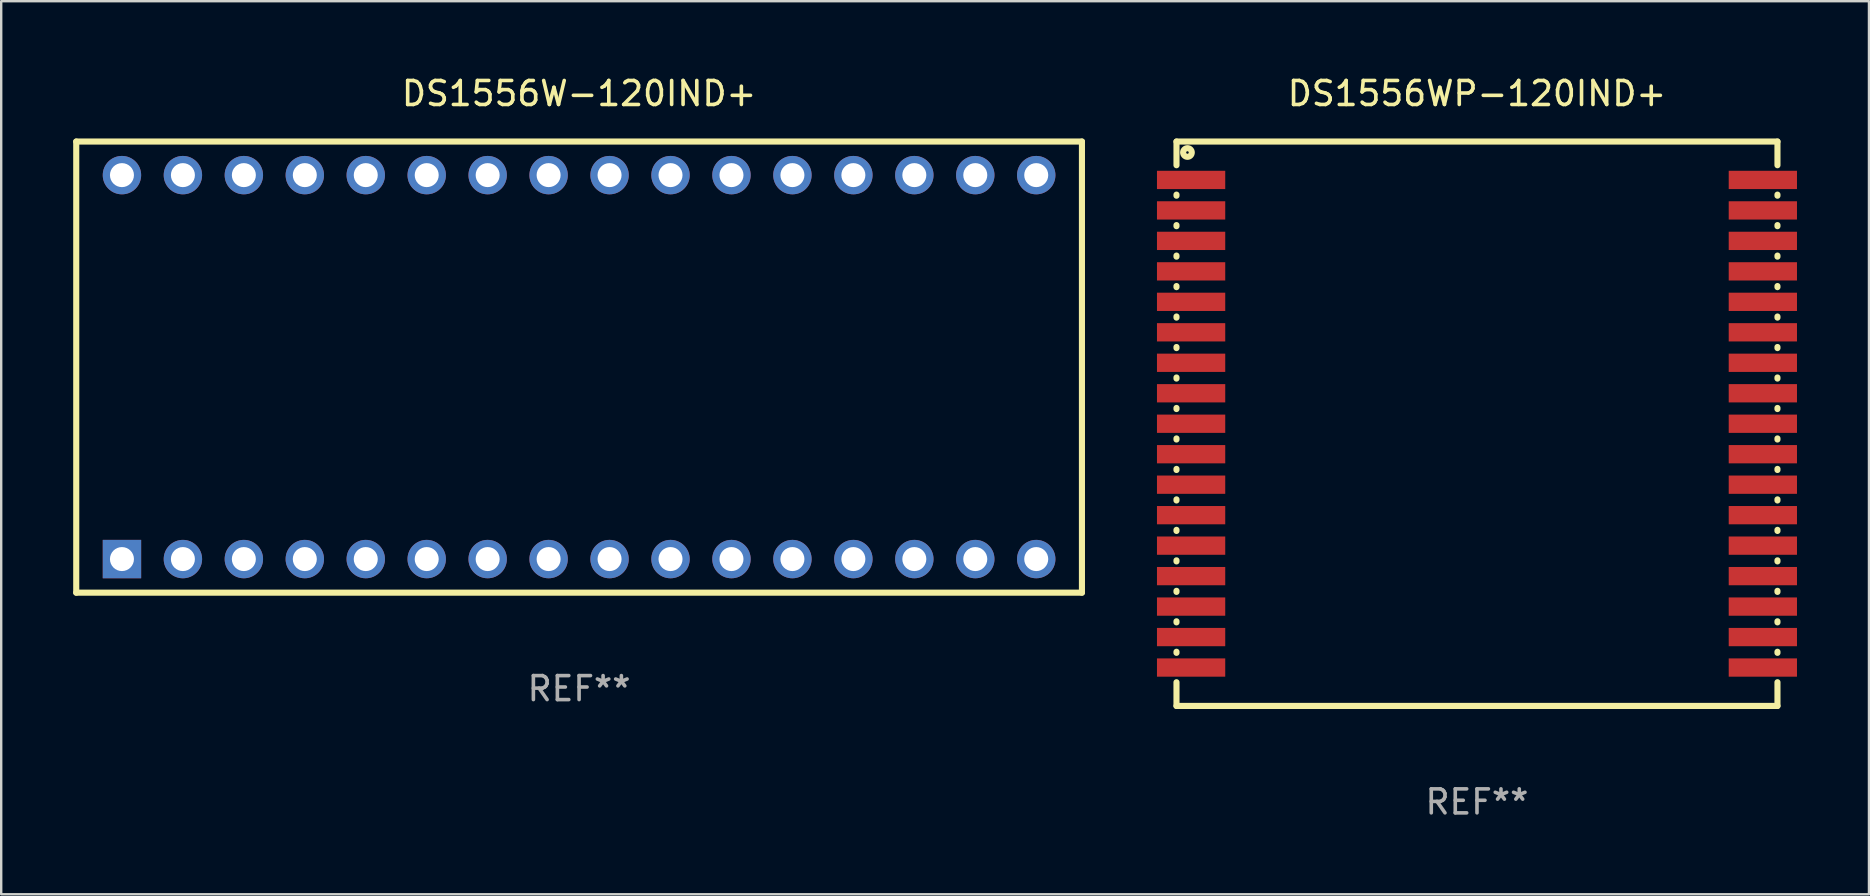
<source format=kicad_pcb>
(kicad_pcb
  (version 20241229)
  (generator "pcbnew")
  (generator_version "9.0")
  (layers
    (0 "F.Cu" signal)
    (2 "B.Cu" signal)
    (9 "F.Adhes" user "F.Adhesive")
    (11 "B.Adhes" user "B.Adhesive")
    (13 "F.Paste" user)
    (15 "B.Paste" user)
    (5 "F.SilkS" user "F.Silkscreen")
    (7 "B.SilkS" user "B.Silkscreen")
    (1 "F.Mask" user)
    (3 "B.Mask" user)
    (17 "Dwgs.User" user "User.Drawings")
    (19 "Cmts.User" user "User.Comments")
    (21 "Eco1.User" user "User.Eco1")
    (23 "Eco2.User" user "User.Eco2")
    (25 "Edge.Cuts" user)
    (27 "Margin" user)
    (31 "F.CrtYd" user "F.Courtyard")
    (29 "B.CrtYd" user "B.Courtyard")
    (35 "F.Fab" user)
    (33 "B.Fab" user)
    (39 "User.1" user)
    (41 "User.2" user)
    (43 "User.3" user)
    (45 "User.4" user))
  (footprint "DS1556WP-120IND+"
    (layer "F.Cu")
    (at 58.499 14.608)
    (property "Reference" "DS1556WP-120IND+" (at 0 -13.76 0) (layer "F.SilkS") (effects (font (size 1 1) (thickness 0.15))))
    (attr through_hole)
    (fp_line (start -12.522 -11.76) (end -12.522 -10.772) (stroke (width 0.254) (type solid)) (layer "F.SilkS"))
    (fp_line (start -12.522 -11.76) (end 12.522 -11.76) (stroke (width 0.254) (type solid)) (layer "F.SilkS"))
    (fp_line (start -12.522 -9.548) (end -12.522 -9.502) (stroke (width 0.254) (type solid)) (layer "F.SilkS"))
    (fp_line (start -12.522 -8.278) (end -12.522 -8.232) (stroke (width 0.254) (type solid)) (layer "F.SilkS"))
    (fp_line (start -12.522 -7.008) (end -12.522 -6.962) (stroke (width 0.254) (type solid)) (layer "F.SilkS"))
    (fp_line (start -12.522 -5.738) (end -12.522 -5.692) (stroke (width 0.254) (type solid)) (layer "F.SilkS"))
    (fp_line (start -12.522 -4.468) (end -12.522 -4.422) (stroke (width 0.254) (type solid)) (layer "F.SilkS"))
    (fp_line (start -12.522 -3.198) (end -12.522 -3.152) (stroke (width 0.254) (type solid)) (layer "F.SilkS"))
    (fp_line (start -12.522 -1.928) (end -12.522 -1.882) (stroke (width 0.254) (type solid)) (layer "F.SilkS"))
    (fp_line (start -12.522 -0.658) (end -12.522 -0.612) (stroke (width 0.254) (type solid)) (layer "F.SilkS"))
    (fp_line (start -12.522 0.612) (end -12.522 0.658) (stroke (width 0.254) (type solid)) (layer "F.SilkS"))
    (fp_line (start -12.522 1.882) (end -12.522 1.928) (stroke (width 0.254) (type solid)) (layer "F.SilkS"))
    (fp_line (start -12.522 3.152) (end -12.522 3.198) (stroke (width 0.254) (type solid)) (layer "F.SilkS"))
    (fp_line (start -12.522 4.422) (end -12.522 4.468) (stroke (width 0.254) (type solid)) (layer "F.SilkS"))
    (fp_line (start -12.522 5.692) (end -12.522 5.738) (stroke (width 0.254) (type solid)) (layer "F.SilkS"))
    (fp_line (start -12.522 6.962) (end -12.522 7.008) (stroke (width 0.254) (type solid)) (layer "F.SilkS"))
    (fp_line (start -12.522 8.232) (end -12.522 8.278) (stroke (width 0.254) (type solid)) (layer "F.SilkS"))
    (fp_line (start -12.522 9.502) (end -12.522 9.548) (stroke (width 0.254) (type solid)) (layer "F.SilkS"))
    (fp_line (start -12.522 10.772) (end -12.522 11.76) (stroke (width 0.254) (type solid)) (layer "F.SilkS"))
    (fp_line (start -12.522 11.76) (end 12.522 11.76) (stroke (width 0.254) (type solid)) (layer "F.SilkS"))
    (fp_line (start 12.522 -11.76) (end 12.522 -10.772) (stroke (width 0.254) (type solid)) (layer "F.SilkS"))
    (fp_line (start 12.522 -9.548) (end 12.522 -9.502) (stroke (width 0.254) (type solid)) (layer "F.SilkS"))
    (fp_line (start 12.522 -8.278) (end 12.522 -8.232) (stroke (width 0.254) (type solid)) (layer "F.SilkS"))
    (fp_line (start 12.522 -7.008) (end 12.522 -6.962) (stroke (width 0.254) (type solid)) (layer "F.SilkS"))
    (fp_line (start 12.522 -5.738) (end 12.522 -5.692) (stroke (width 0.254) (type solid)) (layer "F.SilkS"))
    (fp_line (start 12.522 -4.468) (end 12.522 -4.422) (stroke (width 0.254) (type solid)) (layer "F.SilkS"))
    (fp_line (start 12.522 -3.198) (end 12.522 -3.152) (stroke (width 0.254) (type solid)) (layer "F.SilkS"))
    (fp_line (start 12.522 -1.928) (end 12.522 -1.882) (stroke (width 0.254) (type solid)) (layer "F.SilkS"))
    (fp_line (start 12.522 -0.658) (end 12.522 -0.612) (stroke (width 0.254) (type solid)) (layer "F.SilkS"))
    (fp_line (start 12.522 0.612) (end 12.522 0.658) (stroke (width 0.254) (type solid)) (layer "F.SilkS"))
    (fp_line (start 12.522 1.882) (end 12.522 1.928) (stroke (width 0.254) (type solid)) (layer "F.SilkS"))
    (fp_line (start 12.522 3.152) (end 12.522 3.198) (stroke (width 0.254) (type solid)) (layer "F.SilkS"))
    (fp_line (start 12.522 4.422) (end 12.522 4.468) (stroke (width 0.254) (type solid)) (layer "F.SilkS"))
    (fp_line (start 12.522 5.692) (end 12.522 5.738) (stroke (width 0.254) (type solid)) (layer "F.SilkS"))
    (fp_line (start 12.522 6.962) (end 12.522 7.008) (stroke (width 0.254) (type solid)) (layer "F.SilkS"))
    (fp_line (start 12.522 8.232) (end 12.522 8.278) (stroke (width 0.254) (type solid)) (layer "F.SilkS"))
    (fp_line (start 12.522 9.502) (end 12.522 9.548) (stroke (width 0.254) (type solid)) (layer "F.SilkS"))
    (fp_line (start 12.522 10.772) (end 12.522 11.76) (stroke (width 0.254) (type solid)) (layer "F.SilkS"))
    (fp_circle (center -12.065 -11.303) (end -11.885 -11.303) (stroke (width 0.254) (type solid)) (fill no) (layer "F.SilkS"))
    (fp_text user "REF**" (at 0 15.76 0) (layer "F.Fab") (effects (font (size 1 1) (thickness 0.15))))
    (pad "1" smd rect (at -11.913 -10.16) (size 2.845 0.762) (layers "F.Cu" "F.Mask" "F.Paste"))
    (pad "2" smd rect (at -11.913 -8.89) (size 2.845 0.762) (layers "F.Cu" "F.Mask" "F.Paste"))
    (pad "3" smd rect (at -11.913 -7.62) (size 2.845 0.762) (layers "F.Cu" "F.Mask" "F.Paste"))
    (pad "4" smd rect (at -11.913 -6.35) (size 2.845 0.762) (layers "F.Cu" "F.Mask" "F.Paste"))
    (pad "5" smd rect (at -11.913 -5.08) (size 2.845 0.762) (layers "F.Cu" "F.Mask" "F.Paste"))
    (pad "6" smd rect (at -11.913 -3.81) (size 2.845 0.762) (layers "F.Cu" "F.Mask" "F.Paste"))
    (pad "7" smd rect (at -11.913 -2.54) (size 2.845 0.762) (layers "F.Cu" "F.Mask" "F.Paste"))
    (pad "8" smd rect (at -11.913 -1.27) (size 2.845 0.762) (layers "F.Cu" "F.Mask" "F.Paste"))
    (pad "9" smd rect (at -11.913 0) (size 2.845 0.762) (layers "F.Cu" "F.Mask" "F.Paste"))
    (pad "10" smd rect (at -11.913 1.27) (size 2.845 0.762) (layers "F.Cu" "F.Mask" "F.Paste"))
    (pad "11" smd rect (at -11.913 2.54) (size 2.845 0.762) (layers "F.Cu" "F.Mask" "F.Paste"))
    (pad "12" smd rect (at -11.913 3.81) (size 2.845 0.762) (layers "F.Cu" "F.Mask" "F.Paste"))
    (pad "13" smd rect (at -11.913 5.08) (size 2.845 0.762) (layers "F.Cu" "F.Mask" "F.Paste"))
    (pad "14" smd rect (at -11.913 6.35) (size 2.845 0.762) (layers "F.Cu" "F.Mask" "F.Paste"))
    (pad "15" smd rect (at -11.913 7.62) (size 2.845 0.762) (layers "F.Cu" "F.Mask" "F.Paste"))
    (pad "16" smd rect (at -11.913 8.89) (size 2.845 0.762) (layers "F.Cu" "F.Mask" "F.Paste"))
    (pad "17" smd rect (at -11.913 10.16) (size 2.845 0.762) (layers "F.Cu" "F.Mask" "F.Paste"))
    (pad "18" smd rect (at 11.913 10.16) (size 2.845 0.762) (layers "F.Cu" "F.Mask" "F.Paste"))
    (pad "19" smd rect (at 11.913 8.89) (size 2.845 0.762) (layers "F.Cu" "F.Mask" "F.Paste"))
    (pad "20" smd rect (at 11.913 7.62) (size 2.845 0.762) (layers "F.Cu" "F.Mask" "F.Paste"))
    (pad "21" smd rect (at 11.913 6.35) (size 2.845 0.762) (layers "F.Cu" "F.Mask" "F.Paste"))
    (pad "22" smd rect (at 11.913 5.08) (size 2.845 0.762) (layers "F.Cu" "F.Mask" "F.Paste"))
    (pad "23" smd rect (at 11.913 3.81) (size 2.845 0.762) (layers "F.Cu" "F.Mask" "F.Paste"))
    (pad "24" smd rect (at 11.913 2.54) (size 2.845 0.762) (layers "F.Cu" "F.Mask" "F.Paste"))
    (pad "25" smd rect (at 11.913 1.27) (size 2.845 0.762) (layers "F.Cu" "F.Mask" "F.Paste"))
    (pad "26" smd rect (at 11.913 0) (size 2.845 0.762) (layers "F.Cu" "F.Mask" "F.Paste"))
    (pad "27" smd rect (at 11.913 -1.27) (size 2.845 0.762) (layers "F.Cu" "F.Mask" "F.Paste"))
    (pad "28" smd rect (at 11.913 -2.54) (size 2.845 0.762) (layers "F.Cu" "F.Mask" "F.Paste"))
    (pad "29" smd rect (at 11.913 -3.81) (size 2.845 0.762) (layers "F.Cu" "F.Mask" "F.Paste"))
    (pad "30" smd rect (at 11.913 -5.08) (size 2.845 0.762) (layers "F.Cu" "F.Mask" "F.Paste"))
    (pad "31" smd rect (at 11.913 -6.35) (size 2.845 0.762) (layers "F.Cu" "F.Mask" "F.Paste"))
    (pad "32" smd rect (at 11.913 -7.62) (size 2.845 0.762) (layers "F.Cu" "F.Mask" "F.Paste"))
    (pad "33" smd rect (at 11.913 -8.89) (size 2.845 0.762) (layers "F.Cu" "F.Mask" "F.Paste"))
    (pad "34" smd rect (at 11.913 -10.16) (size 2.845 0.762) (layers "F.Cu" "F.Mask" "F.Paste")))
  (footprint "DS1556W-120IND+"
    (layer "F.Cu")
    (at 21.082 12.248)
    (property "Reference" "DS1556W-120IND+" (at 0 -11.4 0) (layer "F.SilkS") (effects (font (size 1 1) (thickness 0.15))))
    (attr through_hole)
    (fp_line (start -20.955 -9.4) (end -20.955 9.4) (stroke (width 0.254) (type solid)) (layer "F.SilkS"))
    (fp_line (start -20.955 -9.4) (end 20.955 -9.4) (stroke (width 0.254) (type solid)) (layer "F.SilkS"))
    (fp_line (start -20.955 9.4) (end 20.955 9.4) (stroke (width 0.254) (type solid)) (layer "F.SilkS"))
    (fp_line (start 20.955 -9.4) (end 20.955 9.4) (stroke (width 0.254) (type solid)) (layer "F.SilkS"))
    (fp_text user "REF**" (at 0 13.4 0) (layer "F.Fab") (effects (font (size 1 1) (thickness 0.15))))
    (pad "1" thru_hole rect (at -19.05 8) (size 1.6 1.6) (drill 1) (layers "*.Cu" "*.Mask"))
    (pad "2" thru_hole circle (at -16.51 8) (size 1.6 1.6) (drill 1) (layers "*.Cu" "*.Mask"))
    (pad "3" thru_hole circle (at -13.97 8) (size 1.6 1.6) (drill 1) (layers "*.Cu" "*.Mask"))
    (pad "4" thru_hole circle (at -11.43 8) (size 1.6 1.6) (drill 1) (layers "*.Cu" "*.Mask"))
    (pad "5" thru_hole circle (at -8.89 8) (size 1.6 1.6) (drill 1) (layers "*.Cu" "*.Mask"))
    (pad "6" thru_hole circle (at -6.35 8) (size 1.6 1.6) (drill 1) (layers "*.Cu" "*.Mask"))
    (pad "7" thru_hole circle (at -3.81 8) (size 1.6 1.6) (drill 1) (layers "*.Cu" "*.Mask"))
    (pad "8" thru_hole circle (at -1.27 8) (size 1.6 1.6) (drill 1) (layers "*.Cu" "*.Mask"))
    (pad "9" thru_hole circle (at 1.27 8) (size 1.6 1.6) (drill 1) (layers "*.Cu" "*.Mask"))
    (pad "10" thru_hole circle (at 3.81 8) (size 1.6 1.6) (drill 1) (layers "*.Cu" "*.Mask"))
    (pad "11" thru_hole circle (at 6.35 8) (size 1.6 1.6) (drill 1) (layers "*.Cu" "*.Mask"))
    (pad "12" thru_hole circle (at 8.89 8) (size 1.6 1.6) (drill 1) (layers "*.Cu" "*.Mask"))
    (pad "13" thru_hole circle (at 11.43 8) (size 1.6 1.6) (drill 1) (layers "*.Cu" "*.Mask"))
    (pad "14" thru_hole circle (at 13.97 8) (size 1.6 1.6) (drill 1) (layers "*.Cu" "*.Mask"))
    (pad "15" thru_hole circle (at 16.51 8) (size 1.6 1.6) (drill 1) (layers "*.Cu" "*.Mask"))
    (pad "16" thru_hole circle (at 19.05 8) (size 1.6 1.6) (drill 1) (layers "*.Cu" "*.Mask"))
    (pad "17" thru_hole circle (at 19.05 -8) (size 1.6 1.6) (drill 1) (layers "*.Cu" "*.Mask"))
    (pad "18" thru_hole circle (at 16.51 -8) (size 1.6 1.6) (drill 1) (layers "*.Cu" "*.Mask"))
    (pad "19" thru_hole circle (at 13.97 -8) (size 1.6 1.6) (drill 1) (layers "*.Cu" "*.Mask"))
    (pad "20" thru_hole circle (at 11.43 -8) (size 1.6 1.6) (drill 1) (layers "*.Cu" "*.Mask"))
    (pad "21" thru_hole circle (at 8.89 -8) (size 1.6 1.6) (drill 1) (layers "*.Cu" "*.Mask"))
    (pad "22" thru_hole circle (at 6.35 -8) (size 1.6 1.6) (drill 1) (layers "*.Cu" "*.Mask"))
    (pad "23" thru_hole circle (at 3.81 -8) (size 1.6 1.6) (drill 1) (layers "*.Cu" "*.Mask"))
    (pad "24" thru_hole circle (at 1.27 -8) (size 1.6 1.6) (drill 1) (layers "*.Cu" "*.Mask"))
    (pad "25" thru_hole circle (at -1.27 -8) (size 1.6 1.6) (drill 1) (layers "*.Cu" "*.Mask"))
    (pad "26" thru_hole circle (at -3.81 -8) (size 1.6 1.6) (drill 1) (layers "*.Cu" "*.Mask"))
    (pad "27" thru_hole circle (at -6.35 -8) (size 1.6 1.6) (drill 1) (layers "*.Cu" "*.Mask"))
    (pad "28" thru_hole circle (at -8.89 -8) (size 1.6 1.6) (drill 1) (layers "*.Cu" "*.Mask"))
    (pad "29" thru_hole circle (at -11.43 -8) (size 1.6 1.6) (drill 1) (layers "*.Cu" "*.Mask"))
    (pad "30" thru_hole circle (at -13.97 -8) (size 1.6 1.6) (drill 1) (layers "*.Cu" "*.Mask"))
    (pad "31" thru_hole circle (at -16.51 -8) (size 1.6 1.6) (drill 1) (layers "*.Cu" "*.Mask"))
    (pad "32" thru_hole circle (at -19.05 -8) (size 1.6 1.6) (drill 1) (layers "*.Cu" "*.Mask")))
  (gr_rect
    (start -3 -3)
    (end 74.834 34.217)
    (stroke (width 0.1) (type default))
    (fill no)
    (layer "Edge.Cuts")))
</source>
